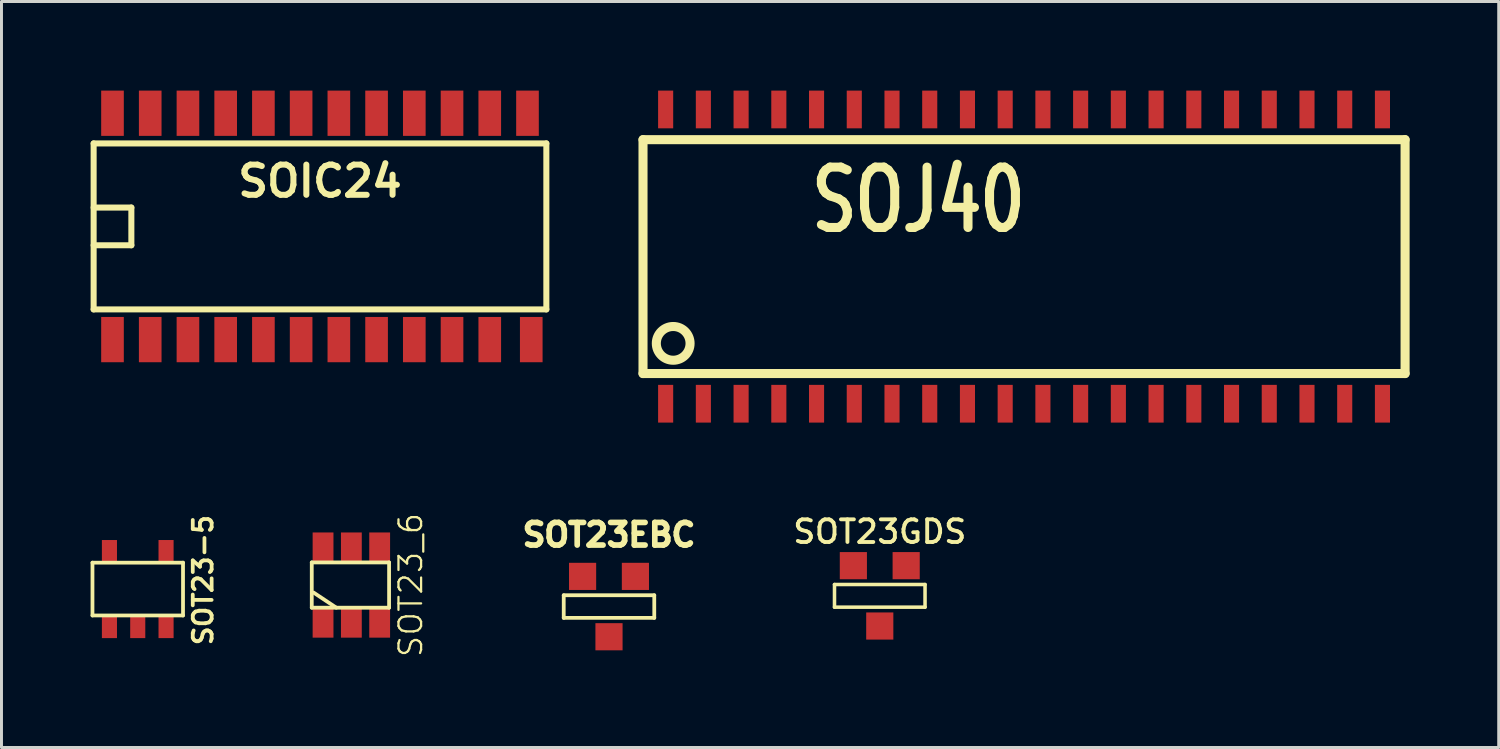
<source format=kicad_pcb>
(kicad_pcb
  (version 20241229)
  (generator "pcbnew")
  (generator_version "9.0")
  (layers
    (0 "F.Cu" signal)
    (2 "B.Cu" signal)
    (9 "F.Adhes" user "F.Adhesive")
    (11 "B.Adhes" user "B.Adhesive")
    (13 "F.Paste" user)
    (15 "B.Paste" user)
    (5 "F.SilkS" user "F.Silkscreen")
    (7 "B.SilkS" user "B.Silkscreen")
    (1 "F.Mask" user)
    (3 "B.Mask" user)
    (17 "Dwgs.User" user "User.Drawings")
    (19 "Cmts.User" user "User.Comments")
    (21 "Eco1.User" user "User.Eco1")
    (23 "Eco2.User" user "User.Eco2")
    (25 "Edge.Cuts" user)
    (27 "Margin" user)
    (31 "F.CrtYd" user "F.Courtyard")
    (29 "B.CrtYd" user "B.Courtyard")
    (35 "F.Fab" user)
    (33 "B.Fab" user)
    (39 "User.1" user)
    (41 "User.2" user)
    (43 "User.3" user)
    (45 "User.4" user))
  (footprint "SOIC24"
    (layer "F.Cu")
    (at 7.722 4.572)
    (property "Reference" "SOIC24" (at 0 -1.524 0) (layer "F.SilkS") (effects (font (size 1.016 1.016) (thickness 0.203))))
    (attr smd)
    (fp_line (start -7.62 -2.794) (end -7.62 2.794) (stroke (width 0.203) (type solid)) (layer "F.SilkS"))
    (fp_line (start -7.62 -0.635) (end -6.35 -0.635) (stroke (width 0.203) (type solid)) (layer "F.SilkS"))
    (fp_line (start -7.62 2.794) (end 7.62 2.794) (stroke (width 0.203) (type solid)) (layer "F.SilkS"))
    (fp_line (start -6.35 -0.635) (end -6.35 0.635) (stroke (width 0.203) (type solid)) (layer "F.SilkS"))
    (fp_line (start -6.35 0.635) (end -7.62 0.635) (stroke (width 0.203) (type solid)) (layer "F.SilkS"))
    (fp_line (start 7.62 -2.794) (end -7.62 -2.794) (stroke (width 0.203) (type solid)) (layer "F.SilkS"))
    (fp_line (start 7.62 -2.794) (end 7.62 2.794) (stroke (width 0.203) (type solid)) (layer "F.SilkS"))
    (pad "1" smd rect (at -6.985 3.81) (size 0.762 1.524) (layers "F.Cu" "F.Mask" "F.Paste"))
    (pad "2" smd rect (at -5.715 3.81) (size 0.762 1.524) (layers "F.Cu" "F.Mask" "F.Paste"))
    (pad "3" smd rect (at -4.445 3.81) (size 0.762 1.524) (layers "F.Cu" "F.Mask" "F.Paste"))
    (pad "4" smd rect (at -3.175 3.81) (size 0.762 1.524) (layers "F.Cu" "F.Mask" "F.Paste"))
    (pad "5" smd rect (at -1.905 3.81) (size 0.762 1.524) (layers "F.Cu" "F.Mask" "F.Paste"))
    (pad "6" smd rect (at -0.635 3.81) (size 0.762 1.524) (layers "F.Cu" "F.Mask" "F.Paste"))
    (pad "7" smd rect (at 0.635 3.81) (size 0.762 1.524) (layers "F.Cu" "F.Mask" "F.Paste"))
    (pad "8" smd rect (at 1.905 3.81) (size 0.762 1.524) (layers "F.Cu" "F.Mask" "F.Paste"))
    (pad "9" smd rect (at 3.175 3.81) (size 0.762 1.524) (layers "F.Cu" "F.Mask" "F.Paste"))
    (pad "10" smd rect (at 4.445 3.81) (size 0.762 1.524) (layers "F.Cu" "F.Mask" "F.Paste"))
    (pad "11" smd rect (at 5.715 3.81) (size 0.762 1.524) (layers "F.Cu" "F.Mask" "F.Paste"))
    (pad "12" smd rect (at 7.112 3.81) (size 0.762 1.524) (layers "F.Cu" "F.Mask" "F.Paste"))
    (pad "13" smd rect (at 6.985 -3.81) (size 0.762 1.524) (layers "F.Cu" "F.Mask" "F.Paste"))
    (pad "14" smd rect (at 5.715 -3.81) (size 0.762 1.524) (layers "F.Cu" "F.Mask" "F.Paste"))
    (pad "15" smd rect (at 4.445 -3.81) (size 0.762 1.524) (layers "F.Cu" "F.Mask" "F.Paste"))
    (pad "16" smd rect (at 3.175 -3.81) (size 0.762 1.524) (layers "F.Cu" "F.Mask" "F.Paste"))
    (pad "17" smd rect (at 1.905 -3.81) (size 0.762 1.524) (layers "F.Cu" "F.Mask" "F.Paste"))
    (pad "18" smd rect (at 0.635 -3.81) (size 0.762 1.524) (layers "F.Cu" "F.Mask" "F.Paste"))
    (pad "19" smd rect (at -0.635 -3.81) (size 0.762 1.524) (layers "F.Cu" "F.Mask" "F.Paste"))
    (pad "20" smd rect (at -1.905 -3.81) (size 0.762 1.524) (layers "F.Cu" "F.Mask" "F.Paste"))
    (pad "21" smd rect (at -3.175 -3.81) (size 0.762 1.524) (layers "F.Cu" "F.Mask" "F.Paste"))
    (pad "22" smd rect (at -4.445 -3.81) (size 0.762 1.524) (layers "F.Cu" "F.Mask" "F.Paste"))
    (pad "23" smd rect (at -5.715 -3.81) (size 0.762 1.524) (layers "F.Cu" "F.Mask" "F.Paste"))
    (pad "24" smd rect (at -6.985 -3.81) (size 0.762 1.524) (layers "F.Cu" "F.Mask" "F.Paste")))
  (footprint "SOT23_6"
    (layer "F.Cu")
    (at 8.778 16.645)
    (property "Reference" "SOT23_6" (at 1.999 0 90) (layer "F.SilkS") (effects (font (size 0.762 0.762) (thickness 0.076))))
    (attr through_hole)
    (fp_line (start -1.333 -0.762) (end 1.27 -0.762) (stroke (width 0.127) (type solid)) (layer "F.SilkS"))
    (fp_line (start -1.333 0.762) (end -1.333 -0.762) (stroke (width 0.127) (type solid)) (layer "F.SilkS"))
    (fp_line (start -0.508 0.762) (end -1.27 0.254) (stroke (width 0.127) (type solid)) (layer "F.SilkS"))
    (fp_line (start 1.27 -0.762) (end 1.27 0.762) (stroke (width 0.127) (type solid)) (layer "F.SilkS"))
    (fp_line (start 1.27 0.762) (end -1.333 0.762) (stroke (width 0.127) (type solid)) (layer "F.SilkS"))
    (pad "1" smd rect (at -0.953 1.27) (size 0.701 1.001) (layers "F.Cu" "F.Mask" "F.Paste"))
    (pad "2" smd rect (at 0 1.27) (size 0.701 1.001) (layers "F.Cu" "F.Mask" "F.Paste"))
    (pad "3" smd rect (at 0.953 1.27) (size 0.701 1.001) (layers "F.Cu" "F.Mask" "F.Paste"))
    (pad "4" smd rect (at 0.953 -1.27) (size 0.701 1.001) (layers "F.Cu" "F.Mask" "F.Paste"))
    (pad "5" smd rect (at 0 -1.27) (size 0.701 1.001) (layers "F.Cu" "F.Mask" "F.Paste"))
    (pad "6" smd rect (at -0.953 -1.27) (size 0.701 1.001) (layers "F.Cu" "F.Mask" "F.Paste")))
  (footprint "SOT23EBC"
    (layer "F.Cu")
    (at 17.451 17.369)
    (property "Reference" "SOT23EBC" (at 0 -2.413 0) (layer "F.SilkS") (effects (font (size 0.762 0.762) (thickness 0.203))))
    (attr smd)
    (fp_line (start -1.524 -0.381) (end 1.524 -0.381) (stroke (width 0.127) (type solid)) (layer "F.SilkS"))
    (fp_line (start -1.524 0.381) (end -1.524 -0.381) (stroke (width 0.127) (type solid)) (layer "F.SilkS"))
    (fp_line (start 1.524 -0.381) (end 1.524 0.381) (stroke (width 0.127) (type solid)) (layer "F.SilkS"))
    (fp_line (start 1.524 0.381) (end -1.524 0.381) (stroke (width 0.127) (type solid)) (layer "F.SilkS"))
    (pad "1" smd rect (at -0.889 -1.016) (size 0.914 0.914) (layers "F.Cu" "F.Mask" "F.Paste"))
    (pad "2" smd rect (at 0.889 -1.016) (size 0.914 0.914) (layers "F.Cu" "F.Mask" "F.Paste"))
    (pad "3" smd rect (at 0 1.016) (size 0.914 0.914) (layers "F.Cu" "F.Mask" "F.Paste")))
  (footprint "SOT23-5"
    (layer "F.Cu")
    (at 1.587 16.78)
    (property "Reference" "SOT23-5" (at 2.2 -0.3 90) (layer "F.SilkS") (effects (font (size 0.635 0.635) (thickness 0.127))))
    (attr smd)
    (fp_line (start -1.524 -0.889) (end 1.524 -0.889) (stroke (width 0.127) (type solid)) (layer "F.SilkS"))
    (fp_line (start -1.524 0.889) (end -1.524 -0.889) (stroke (width 0.127) (type solid)) (layer "F.SilkS"))
    (fp_line (start 1.524 -0.889) (end 1.524 0.889) (stroke (width 0.127) (type solid)) (layer "F.SilkS"))
    (fp_line (start 1.524 0.889) (end -1.524 0.889) (stroke (width 0.127) (type solid)) (layer "F.SilkS"))
    (pad "1" smd rect (at -0.953 1.27) (size 0.508 0.762) (layers "F.Cu" "F.Mask" "F.Paste"))
    (pad "2" smd rect (at 0 1.27) (size 0.508 0.762) (layers "F.Cu" "F.Mask" "F.Paste"))
    (pad "3" smd rect (at 0.953 1.27) (size 0.508 0.762) (layers "F.Cu" "F.Mask" "F.Paste"))
    (pad "4" smd rect (at 0.953 -1.27) (size 0.508 0.762) (layers "F.Cu" "F.Mask" "F.Paste"))
    (pad "5" smd rect (at -0.953 -1.27) (size 0.508 0.762) (layers "F.Cu" "F.Mask" "F.Paste")))
  (footprint "SOJ40"
    (layer "F.Cu")
    (at 31.423 5.461)
    (property "Reference" "SOJ40" (at -3.556 -1.778 0) (layer "F.SilkS") (effects (font (size 2.032 1.524) (thickness 0.305))))
    (attr smd)
    (fp_line (start -12.827 -3.81) (end 12.827 -3.81) (stroke (width 0.305) (type solid)) (layer "F.SilkS"))
    (fp_line (start -12.827 4.064) (end -12.827 -3.81) (stroke (width 0.305) (type solid)) (layer "F.SilkS"))
    (fp_line (start 12.827 -3.81) (end 12.827 4.064) (stroke (width 0.305) (type solid)) (layer "F.SilkS"))
    (fp_line (start 12.827 4.064) (end -12.827 4.064) (stroke (width 0.305) (type solid)) (layer "F.SilkS"))
    (fp_circle (center -11.811 3.048) (end -11.303 2.794) (stroke (width 0.305) (type solid)) (fill no) (layer "F.SilkS"))
    (pad "1" smd rect (at -12.065 5.08) (size 0.508 1.27) (layers "F.Cu" "F.Mask" "F.Paste"))
    (pad "2" smd rect (at -10.795 5.08) (size 0.508 1.27) (layers "F.Cu" "F.Mask" "F.Paste"))
    (pad "3" smd rect (at -9.525 5.08) (size 0.508 1.27) (layers "F.Cu" "F.Mask" "F.Paste"))
    (pad "4" smd rect (at -8.255 5.08) (size 0.508 1.27) (layers "F.Cu" "F.Mask" "F.Paste"))
    (pad "5" smd rect (at -6.985 5.08) (size 0.508 1.27) (layers "F.Cu" "F.Mask" "F.Paste"))
    (pad "6" smd rect (at -5.715 5.08) (size 0.508 1.27) (layers "F.Cu" "F.Mask" "F.Paste"))
    (pad "7" smd rect (at -4.445 5.08) (size 0.508 1.27) (layers "F.Cu" "F.Mask" "F.Paste"))
    (pad "8" smd rect (at -3.175 5.08) (size 0.508 1.27) (layers "F.Cu" "F.Mask" "F.Paste"))
    (pad "9" smd rect (at -1.905 5.08) (size 0.508 1.27) (layers "F.Cu" "F.Mask" "F.Paste"))
    (pad "10" smd rect (at -0.635 5.08) (size 0.508 1.27) (layers "F.Cu" "F.Mask" "F.Paste"))
    (pad "11" smd rect (at 0.635 5.08) (size 0.508 1.27) (layers "F.Cu" "F.Mask" "F.Paste"))
    (pad "12" smd rect (at 1.905 5.08) (size 0.508 1.27) (layers "F.Cu" "F.Mask" "F.Paste"))
    (pad "13" smd rect (at 3.175 5.08) (size 0.508 1.27) (layers "F.Cu" "F.Mask" "F.Paste"))
    (pad "14" smd rect (at 4.445 5.08) (size 0.508 1.27) (layers "F.Cu" "F.Mask" "F.Paste"))
    (pad "15" smd rect (at 5.715 5.08) (size 0.508 1.27) (layers "F.Cu" "F.Mask" "F.Paste"))
    (pad "16" smd rect (at 6.985 5.08) (size 0.508 1.27) (layers "F.Cu" "F.Mask" "F.Paste"))
    (pad "17" smd rect (at 8.255 5.08) (size 0.508 1.27) (layers "F.Cu" "F.Mask" "F.Paste"))
    (pad "18" smd rect (at 9.525 5.08) (size 0.508 1.27) (layers "F.Cu" "F.Mask" "F.Paste"))
    (pad "19" smd rect (at 10.795 5.08) (size 0.508 1.27) (layers "F.Cu" "F.Mask" "F.Paste"))
    (pad "20" smd rect (at 12.065 5.08) (size 0.508 1.27) (layers "F.Cu" "F.Mask" "F.Paste"))
    (pad "21" smd rect (at 12.065 -4.826) (size 0.508 1.27) (layers "F.Cu" "F.Mask" "F.Paste"))
    (pad "22" smd rect (at 10.795 -4.826) (size 0.508 1.27) (layers "F.Cu" "F.Mask" "F.Paste"))
    (pad "23" smd rect (at 9.525 -4.826) (size 0.508 1.27) (layers "F.Cu" "F.Mask" "F.Paste"))
    (pad "24" smd rect (at 8.255 -4.826) (size 0.508 1.27) (layers "F.Cu" "F.Mask" "F.Paste"))
    (pad "25" smd rect (at 6.985 -4.826) (size 0.508 1.27) (layers "F.Cu" "F.Mask" "F.Paste"))
    (pad "26" smd rect (at 5.715 -4.826) (size 0.508 1.27) (layers "F.Cu" "F.Mask" "F.Paste"))
    (pad "27" smd rect (at 4.445 -4.826) (size 0.508 1.27) (layers "F.Cu" "F.Mask" "F.Paste"))
    (pad "28" smd rect (at 3.175 -4.826) (size 0.508 1.27) (layers "F.Cu" "F.Mask" "F.Paste"))
    (pad "29" smd rect (at 1.905 -4.826) (size 0.508 1.27) (layers "F.Cu" "F.Mask" "F.Paste"))
    (pad "30" smd rect (at 0.635 -4.826) (size 0.508 1.27) (layers "F.Cu" "F.Mask" "F.Paste"))
    (pad "31" smd rect (at -0.635 -4.826) (size 0.508 1.27) (layers "F.Cu" "F.Mask" "F.Paste"))
    (pad "32" smd rect (at -1.905 -4.826) (size 0.508 1.27) (layers "F.Cu" "F.Mask" "F.Paste"))
    (pad "33" smd rect (at -3.175 -4.826) (size 0.508 1.27) (layers "F.Cu" "F.Mask" "F.Paste"))
    (pad "34" smd rect (at -4.445 -4.826) (size 0.508 1.27) (layers "F.Cu" "F.Mask" "F.Paste"))
    (pad "35" smd rect (at -5.715 -4.826) (size 0.508 1.27) (layers "F.Cu" "F.Mask" "F.Paste"))
    (pad "36" smd rect (at -6.985 -4.826) (size 0.508 1.27) (layers "F.Cu" "F.Mask" "F.Paste"))
    (pad "37" smd rect (at -8.255 -4.826) (size 0.508 1.27) (layers "F.Cu" "F.Mask" "F.Paste"))
    (pad "38" smd rect (at -9.525 -4.826) (size 0.508 1.27) (layers "F.Cu" "F.Mask" "F.Paste"))
    (pad "39" smd rect (at -10.795 -4.826) (size 0.508 1.27) (layers "F.Cu" "F.Mask" "F.Paste"))
    (pad "40" smd rect (at -12.065 -4.826) (size 0.508 1.27) (layers "F.Cu" "F.Mask" "F.Paste")))
  (footprint "SOT23GDS"
    (layer "F.Cu")
    (at 26.566 17.008)
    (property "Reference" "SOT23GDS" (at 0 -2.159 0) (layer "F.SilkS") (effects (font (size 0.762 0.762) (thickness 0.13))))
    (attr smd)
    (fp_line (start -1.524 -0.381) (end 1.524 -0.381) (stroke (width 0.119) (type solid)) (layer "F.SilkS"))
    (fp_line (start -1.524 0.381) (end -1.524 -0.381) (stroke (width 0.119) (type solid)) (layer "F.SilkS"))
    (fp_line (start 1.524 -0.381) (end 1.524 0.381) (stroke (width 0.119) (type solid)) (layer "F.SilkS"))
    (fp_line (start 1.524 0.381) (end -1.524 0.381) (stroke (width 0.119) (type solid)) (layer "F.SilkS"))
    (pad "D" smd rect (at 0 1.016) (size 0.914 0.914) (layers "F.Cu" "F.Mask" "F.Paste"))
    (pad "G" smd rect (at 0.889 -1.016) (size 0.914 0.914) (layers "F.Cu" "F.Mask" "F.Paste"))
    (pad "S" smd rect (at -0.889 -1.016) (size 0.914 0.914) (layers "F.Cu" "F.Mask" "F.Paste")))
  (gr_rect
    (start -3 -3)
    (end 47.402 22.114)
    (stroke (width 0.1) (type default))
    (fill no)
    (layer "Edge.Cuts")))
</source>
